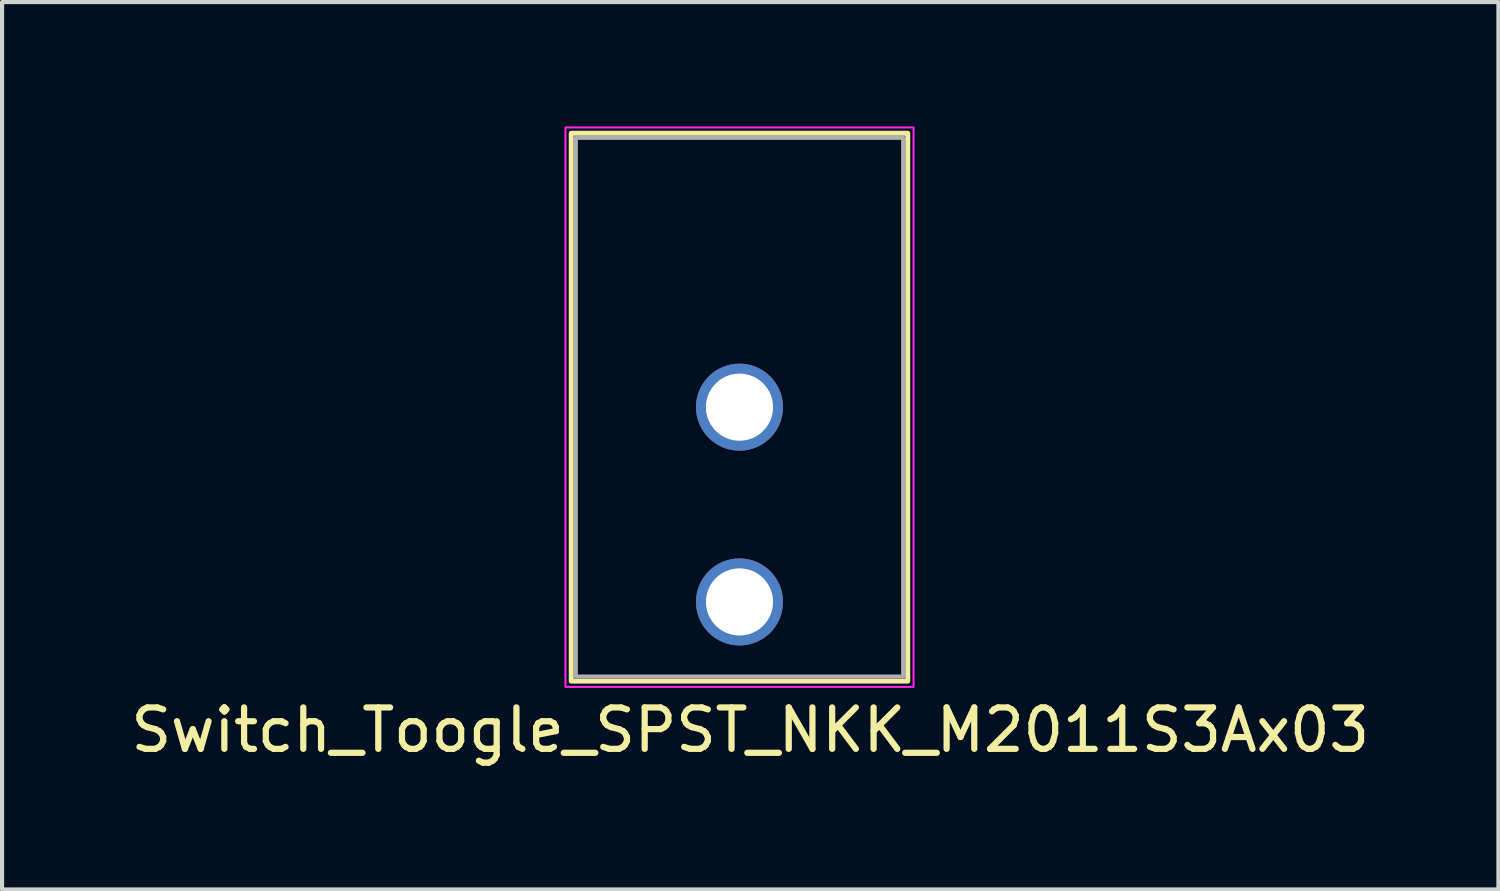
<source format=kicad_pcb>
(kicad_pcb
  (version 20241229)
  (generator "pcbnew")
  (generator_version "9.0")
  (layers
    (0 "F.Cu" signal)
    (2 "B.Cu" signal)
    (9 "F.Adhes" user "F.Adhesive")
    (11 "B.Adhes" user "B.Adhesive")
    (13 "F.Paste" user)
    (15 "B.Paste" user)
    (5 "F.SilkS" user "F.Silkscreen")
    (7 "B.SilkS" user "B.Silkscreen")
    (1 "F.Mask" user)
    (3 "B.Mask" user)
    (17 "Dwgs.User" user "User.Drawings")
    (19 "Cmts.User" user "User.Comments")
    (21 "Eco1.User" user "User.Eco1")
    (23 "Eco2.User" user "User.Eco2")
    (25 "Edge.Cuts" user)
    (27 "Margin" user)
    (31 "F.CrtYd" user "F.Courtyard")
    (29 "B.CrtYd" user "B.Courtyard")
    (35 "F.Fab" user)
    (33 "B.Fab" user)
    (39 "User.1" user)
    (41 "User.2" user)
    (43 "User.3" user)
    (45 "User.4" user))
  (footprint "Switch_Toogle_SPST_NKK_M2011S3Ax03"
    (layer "F.Cu")
    (at 14.794 2.075)
    (property "Reference" "Switch_Toogle_SPST_NKK_M2011S3Ax03" (at 0.26 12.49 0) (unlocked yes) (layer "F.SilkS") (effects (font (size 1 1) (thickness 0.15))))
    (attr through_hole)
    (fp_rect (start -4.06 -1.91) (end 4.06 11.31) (stroke (width 0.12) (type solid)) (fill no) (layer "F.SilkS"))
    (fp_rect (start -4.2 -2.05) (end 4.2 11.45) (stroke (width 0.05) (type solid)) (fill no) (layer "F.CrtYd"))
    (fp_rect (start -3.95 -1.8) (end 3.95 11.2) (stroke (width 0.1) (type solid)) (fill no) (layer "F.Fab"))
    (pad "2" thru_hole circle (at 0 4.7) (size 2.1 2.1) (drill 1.62) (layers "*.Cu" "*.Mask"))
    (pad "3" thru_hole circle (at 0 9.4) (size 2.1 2.1) (drill 1.62) (layers "*.Cu" "*.Mask")))
  (gr_rect
    (start -3 -3)
    (end 33.107 18.413)
    (stroke (width 0.1) (type default))
    (fill no)
    (layer "Edge.Cuts")))
</source>
